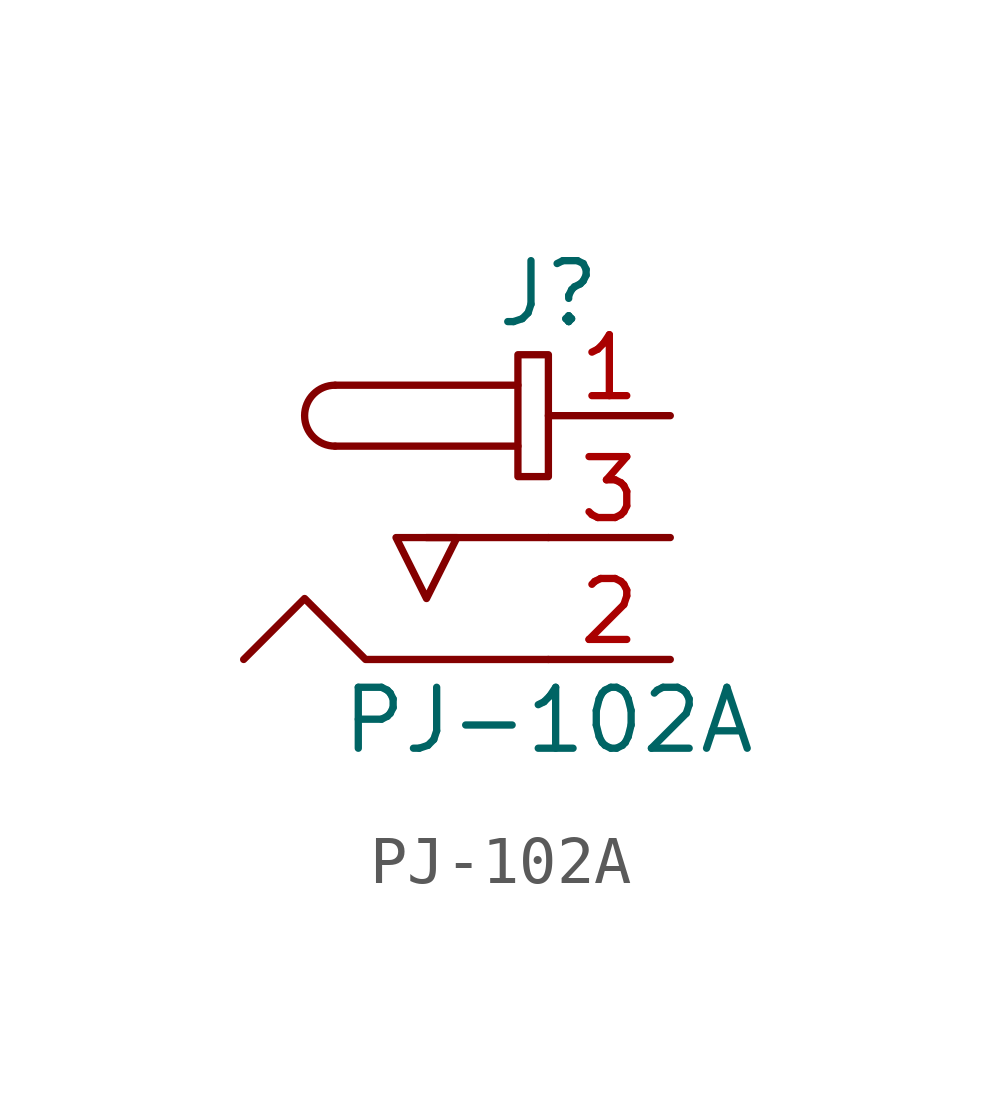
<source format=kicad_sym>
(kicad_symbol_lib
  (version 20231120)
  (generator "kicad_symbol_editor")
  (generator_version "8.0")
  (symbol "PJ-102A"
    (pin_names
      (offset 1.016))
    (property "Reference" "J"
      (at 0 2.54 0)
      (effects (font (size 1.27 1.27))))
    (property "Value" "PJ-102A"
      (at 0 -6.35 0)
      (effects (font (size 1.27 1.27))))
    (symbol "PJ-102A_0_1"
      (arc (start -4.445 0.635) (mid -5.0773 0) (end -4.445 -0.635) (stroke (width 0) (type default)) (fill (type none)))
      (rectangle (start -0.635 1.27) (end 0 -1.27) (stroke (width 0) (type default)) (fill (type none)))
      (polyline (pts (xy -0.635 -0.635) (xy -4.445 -0.635)) (stroke (width 0) (type default)) (fill (type none)))
      (polyline (pts (xy -0.635 0.635) (xy -4.445 0.635)) (stroke (width 0) (type default)) (fill (type none)))
      (polyline (pts (xy 0 -2.54) (xy -1.27 -2.54) (xy -2.54 -2.54)) (stroke (width 0) (type default)) (fill (type none)))
      (polyline (pts (xy 0 -5.08) (xy -3.81 -5.08) (xy -5.08 -3.81) (xy -6.35 -5.08)) (stroke (width 0) (type default)) (fill (type none)))
      (polyline (pts (xy -2.54 -2.54) (xy -3.175 -2.54) (xy -2.54 -3.81) (xy -1.905 -2.54) (xy -2.54 -2.54)) (stroke (width 0) (type default)) (fill (type none))))
    (symbol "PJ-102A_1_1"
      (pin passive line (at 2.54 0 180) (length 2.54) (name "~" (effects (font (size 1.27 1.27)))) (number "1" (effects (font (size 1.27 1.27)))))
      (pin passive line (at 2.54 -5.08 180) (length 2.54) (name "~" (effects (font (size 1.27 1.27)))) (number "2" (effects (font (size 1.27 1.27)))))
      (pin passive line (at 2.54 -2.54 180) (length 2.54) (name "~" (effects (font (size 1.27 1.27)))) (number "3" (effects (font (size 1.27 1.27))))))))
</source>
